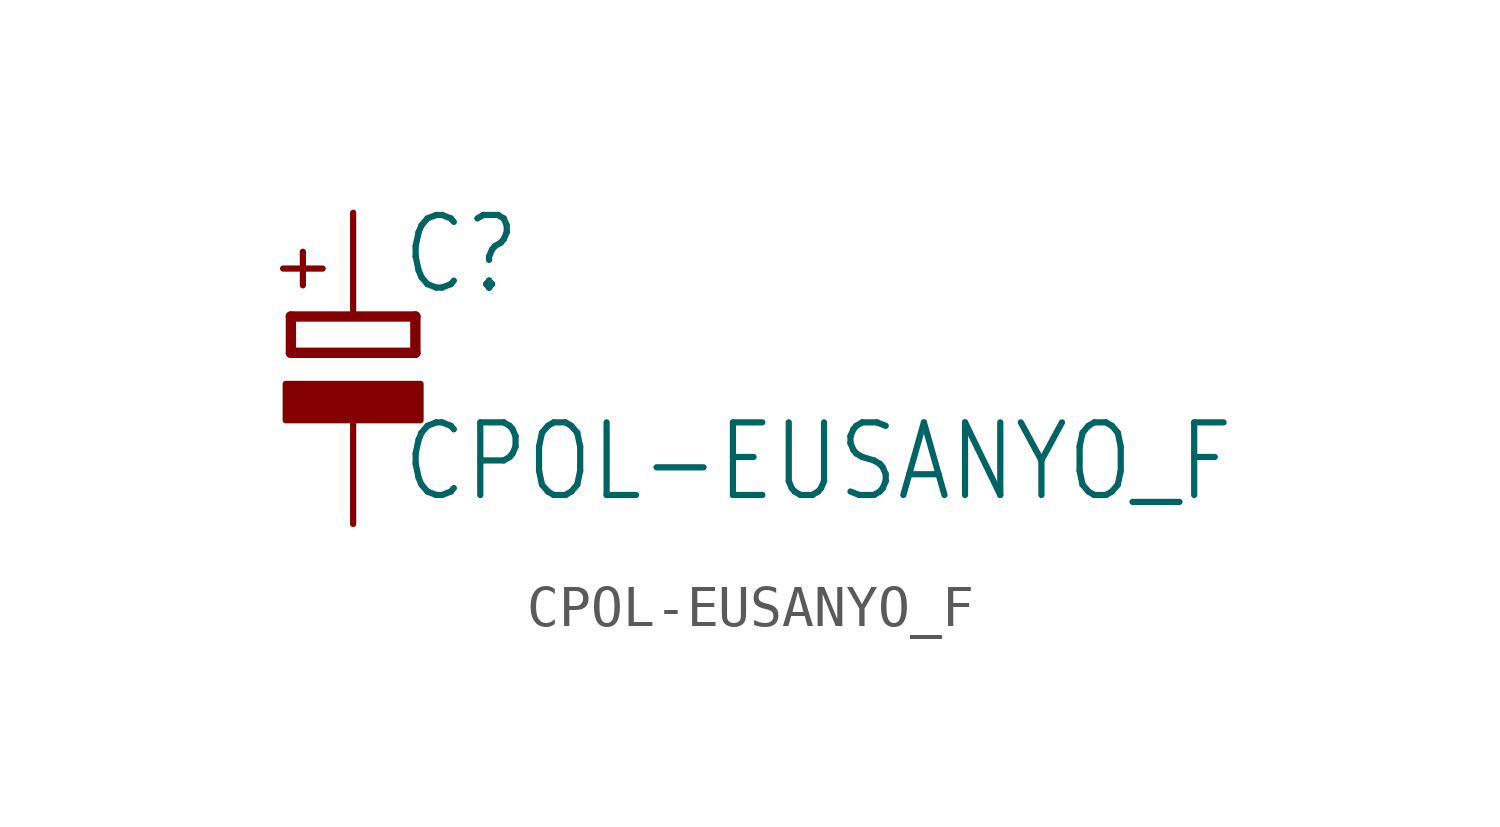
<source format=kicad_sym>
(kicad_symbol_lib
  (version 20211014)
  (generator kicad_symbol_editor)
  (symbol "CPOL-EUSANYO_F"
    (property "Reference" "C"
      (at 1.143 0.483 0)
      (effects (font (size 1.778 1.511)) (justify left bottom)))
    (property "Value" "CPOL-EUSANYO_F"
      (at 1.143 -4.597 0)
      (effects (font (size 1.778 1.511)) (justify left bottom)))
    (property "ki_locked" ""
      (at 0 0 0)
      (effects (font (size 1.27 1.27))))
    (symbol "CPOL-EUSANYO_F_1_0"
      (rectangle (start -1.651 -2.54) (end 1.651 -1.651) (stroke (width 0) (type default) (color 0 0 0 0)) (fill (type outline)))
      (polyline (pts (xy -1.524 -0.889) (xy 1.524 -0.889)) (stroke (width 0.254) (type default) (color 0 0 0 0)) (fill (type none)))
      (polyline (pts (xy -1.524 0) (xy -1.524 -0.889)) (stroke (width 0.254) (type default) (color 0 0 0 0)) (fill (type none)))
      (polyline (pts (xy -1.524 0) (xy 1.524 0)) (stroke (width 0.254) (type default) (color 0 0 0 0)) (fill (type none)))
      (polyline (pts (xy 1.524 -0.889) (xy 1.524 0)) (stroke (width 0.254) (type default) (color 0 0 0 0)) (fill (type none)))
      (text "+" (at -0.584 0.406 900) (effects (font (size 1.27 1.079)) (justify left bottom)))
      (pin passive line (at 0 2.54 270) (length 2.54) (name "+" (effects (font (size 0 0)))) (number "+" (effects (font (size 0 0)))))
      (pin passive line (at 0 -5.08 90) (length 2.54) (name "-" (effects (font (size 0 0)))) (number "-" (effects (font (size 0 0))))))))
</source>
